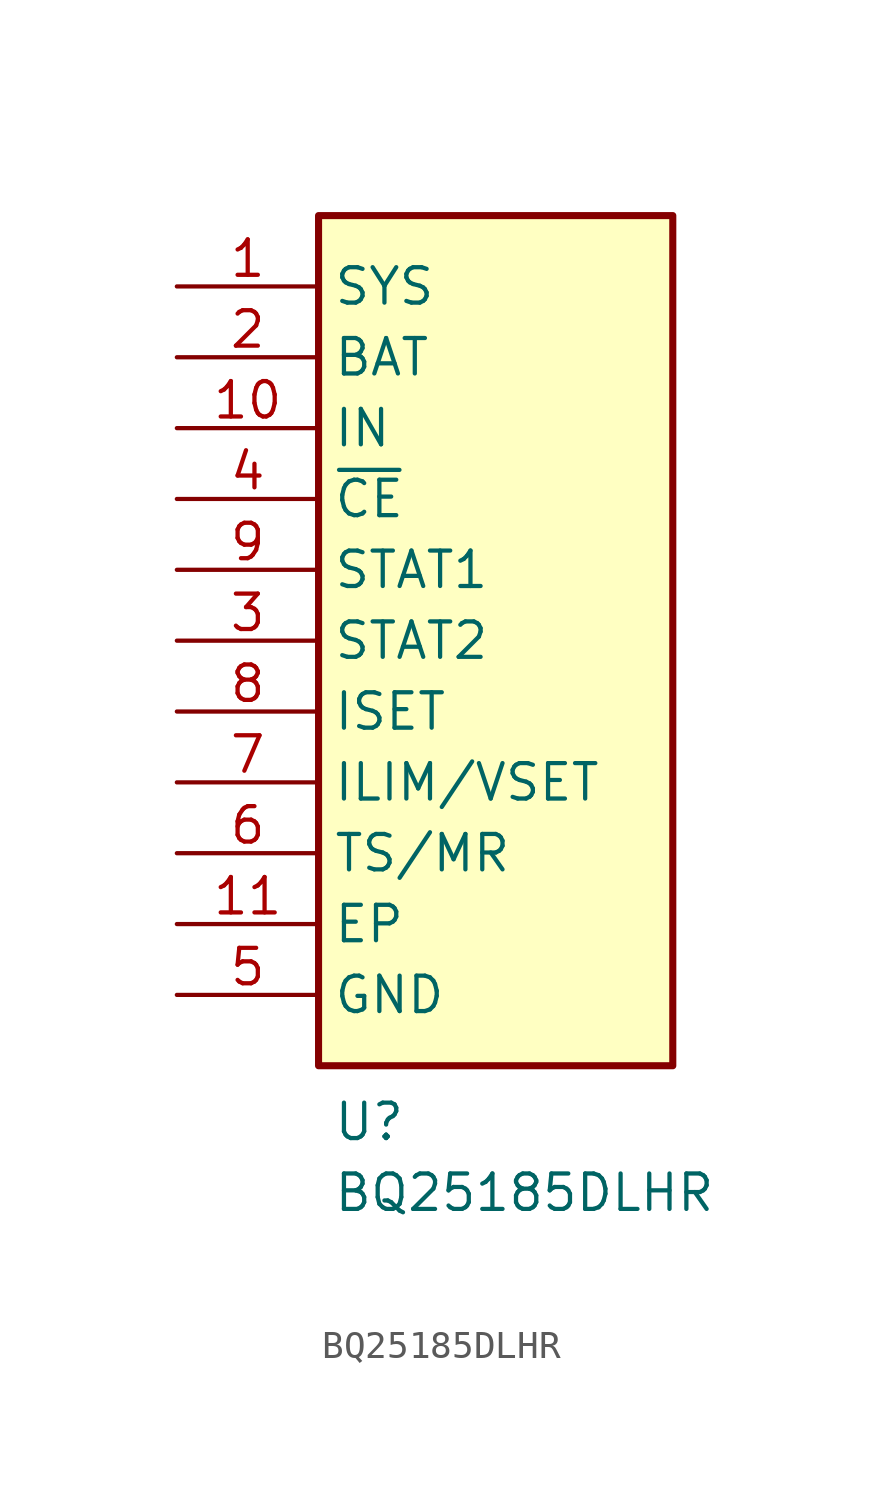
<source format=kicad_sym>
(kicad_symbol_lib
  (version 20241209)
  (generator "kicad_symbol_editor")
  (generator_version "9.0")
  (symbol "BQ25185DLHR"
    (property "Reference" "U"
      (at 0.508 -1.27 0)
      (effects (font (size 1.27 1.27)) (justify left top)))
    (property "Value" "BQ25185DLHR"
      (at 0.508 -3.81 0)
      (effects (font (size 1.27 1.27)) (justify left top)))
    (symbol "BQ25185DLHR_1_1"
      (rectangle (start 0 30.48) (end 12.7 0) (stroke (width 0.254) (type default)) (fill (type background)))
      (pin passive line (at -5.08 27.94 0) (length 5.08) (name "SYS" (effects (font (size 1.27 1.27)))) (number "1" (effects (font (size 1.27 1.27)))))
      (pin passive line (at -5.08 25.4 0) (length 5.08) (name "BAT" (effects (font (size 1.27 1.27)))) (number "2" (effects (font (size 1.27 1.27)))))
      (pin passive line (at -5.08 22.86 0) (length 5.08) (name "IN" (effects (font (size 1.27 1.27)))) (number "10" (effects (font (size 1.27 1.27)))))
      (pin passive line (at -5.08 20.32 0) (length 5.08) (name "~{CE}" (effects (font (size 1.27 1.27)))) (number "4" (effects (font (size 1.27 1.27)))))
      (pin passive line (at -5.08 17.78 0) (length 5.08) (name "STAT1" (effects (font (size 1.27 1.27)))) (number "9" (effects (font (size 1.27 1.27)))))
      (pin passive line (at -5.08 15.24 0) (length 5.08) (name "STAT2" (effects (font (size 1.27 1.27)))) (number "3" (effects (font (size 1.27 1.27)))))
      (pin passive line (at -5.08 12.7 0) (length 5.08) (name "ISET" (effects (font (size 1.27 1.27)))) (number "8" (effects (font (size 1.27 1.27)))))
      (pin passive line (at -5.08 10.16 0) (length 5.08) (name "ILIM/VSET" (effects (font (size 1.27 1.27)))) (number "7" (effects (font (size 1.27 1.27)))))
      (pin passive line (at -5.08 7.62 0) (length 5.08) (name "TS/MR" (effects (font (size 1.27 1.27)))) (number "6" (effects (font (size 1.27 1.27)))))
      (pin passive line (at -5.08 5.08 0) (length 5.08) (name "EP" (effects (font (size 1.27 1.27)))) (number "11" (effects (font (size 1.27 1.27)))))
      (pin passive line (at -5.08 2.54 0) (length 5.08) (name "GND" (effects (font (size 1.27 1.27)))) (number "5" (effects (font (size 1.27 1.27))))))))
</source>
